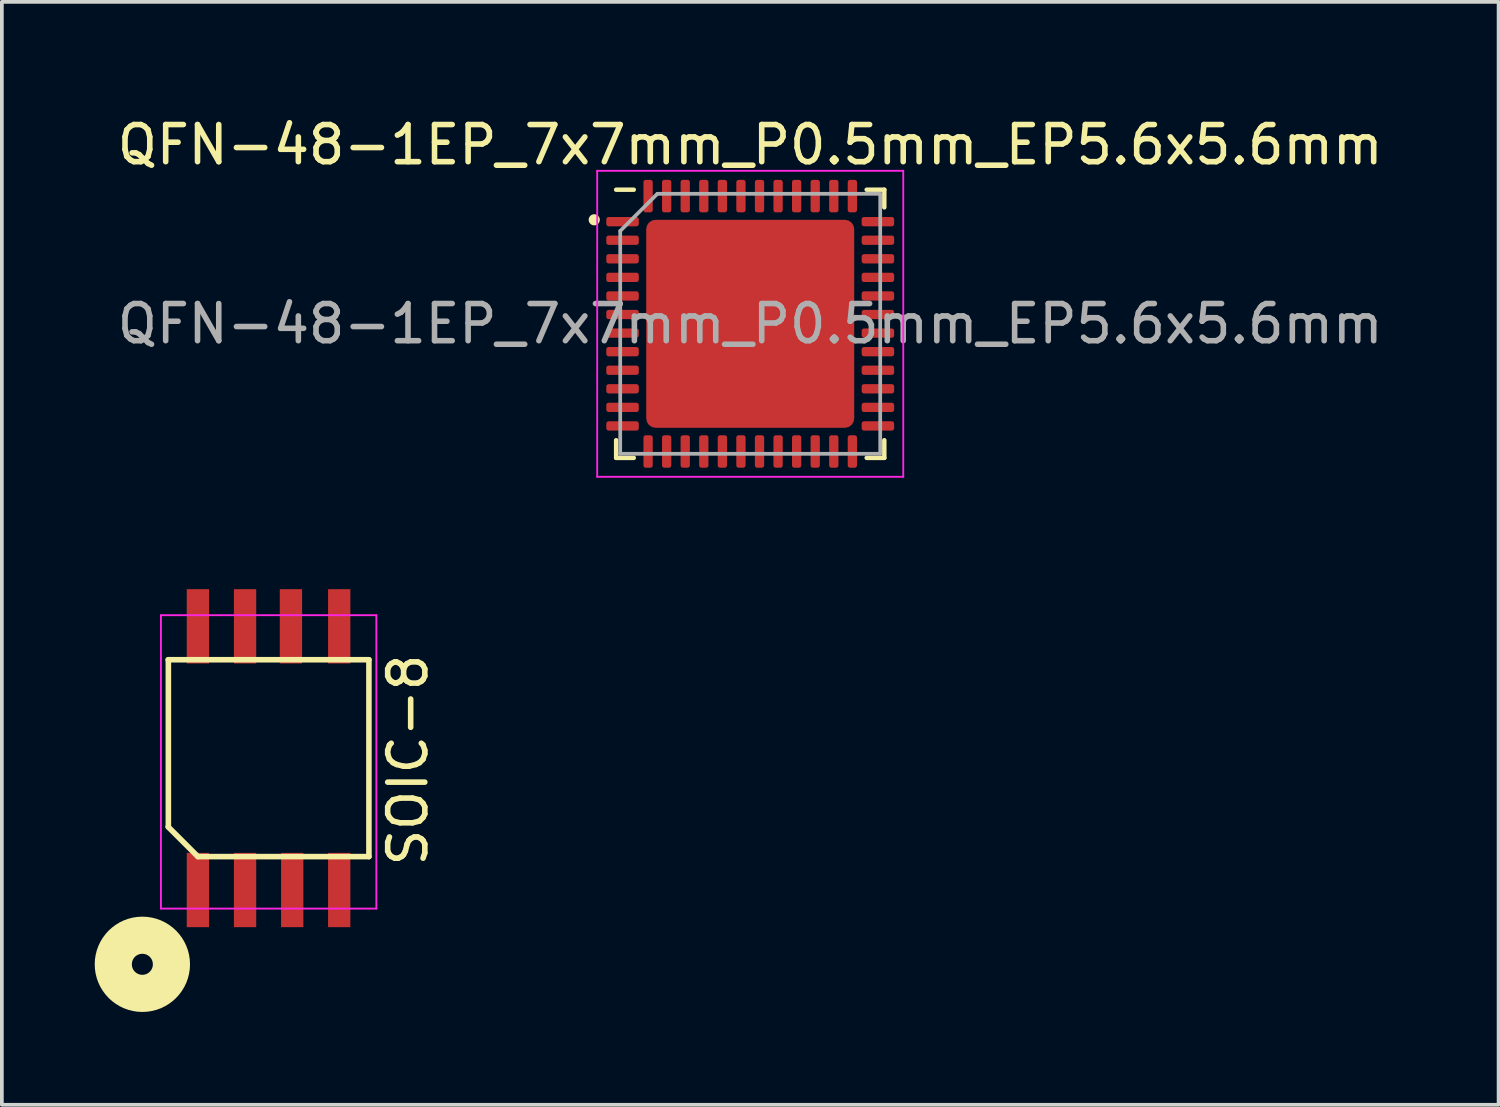
<source format=kicad_pcb>
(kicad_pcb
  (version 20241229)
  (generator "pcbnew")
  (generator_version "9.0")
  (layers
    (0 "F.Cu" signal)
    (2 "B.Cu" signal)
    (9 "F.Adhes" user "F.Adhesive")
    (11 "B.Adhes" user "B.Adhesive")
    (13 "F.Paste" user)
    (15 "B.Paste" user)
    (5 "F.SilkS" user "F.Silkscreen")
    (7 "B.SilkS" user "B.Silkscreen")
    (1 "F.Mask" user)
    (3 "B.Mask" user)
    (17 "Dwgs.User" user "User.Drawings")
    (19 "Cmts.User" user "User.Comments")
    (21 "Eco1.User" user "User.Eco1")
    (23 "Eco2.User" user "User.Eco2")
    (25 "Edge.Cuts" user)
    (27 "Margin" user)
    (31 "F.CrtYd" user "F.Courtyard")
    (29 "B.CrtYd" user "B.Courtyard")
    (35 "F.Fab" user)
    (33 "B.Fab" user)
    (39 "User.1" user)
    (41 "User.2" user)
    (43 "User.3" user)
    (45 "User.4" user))
  (footprint "QFN-48-1EP_7x7mm_P0.5mm_EP5.6x5.6mm"
    (layer "F.Cu")
    (at 17.149 5.668)
    (property "Reference" "QFN-48-1EP_7x7mm_P0.5mm_EP5.6x5.6mm" (at 0 -4.82 0) (layer "F.SilkS") (effects (font (size 1 1) (thickness 0.15))))
    (attr smd)
    (fp_line (start -3.61 3.61) (end -3.61 3.135) (stroke (width 0.12) (type solid)) (layer "F.SilkS"))
    (fp_line (start -3.135 -3.61) (end -3.61 -3.61) (stroke (width 0.12) (type solid)) (layer "F.SilkS"))
    (fp_line (start -3.135 3.61) (end -3.61 3.61) (stroke (width 0.12) (type solid)) (layer "F.SilkS"))
    (fp_line (start 3.135 -3.61) (end 3.61 -3.61) (stroke (width 0.12) (type solid)) (layer "F.SilkS"))
    (fp_line (start 3.135 3.61) (end 3.61 3.61) (stroke (width 0.12) (type solid)) (layer "F.SilkS"))
    (fp_line (start 3.61 -3.61) (end 3.61 -3.135) (stroke (width 0.12) (type solid)) (layer "F.SilkS"))
    (fp_line (start 3.61 3.61) (end 3.61 3.135) (stroke (width 0.12) (type solid)) (layer "F.SilkS"))
    (fp_line (start -4.12 -4.12) (end -4.12 4.12) (stroke (width 0.05) (type solid)) (layer "F.CrtYd"))
    (fp_line (start -4.12 4.12) (end 4.12 4.12) (stroke (width 0.05) (type solid)) (layer "F.CrtYd"))
    (fp_line (start 4.12 -4.12) (end -4.12 -4.12) (stroke (width 0.05) (type solid)) (layer "F.CrtYd"))
    (fp_line (start 4.12 4.12) (end 4.12 -4.12) (stroke (width 0.05) (type solid)) (layer "F.CrtYd"))
    (fp_line (start -3.5 -2.5) (end -2.5 -3.5) (stroke (width 0.1) (type solid)) (layer "F.Fab"))
    (fp_line (start -3.5 3.5) (end -3.5 -2.5) (stroke (width 0.1) (type solid)) (layer "F.Fab"))
    (fp_line (start -2.5 -3.5) (end 3.5 -3.5) (stroke (width 0.1) (type solid)) (layer "F.Fab"))
    (fp_line (start 3.5 -3.5) (end 3.5 3.5) (stroke (width 0.1) (type solid)) (layer "F.Fab"))
    (fp_line (start 3.5 3.5) (end -3.5 3.5) (stroke (width 0.1) (type solid)) (layer "F.Fab"))
    (fp_text user "${REFERENCE}" (at 0 0 0) (layer "F.Fab") (effects (font (size 1 1) (thickness 0.15))))
    (pad "" smd circle (at -4.2 -2.8 180) (size 0.3 0.3) (layers "F.SilkS"))
    (pad "" smd roundrect (at -2.1 -2.1) (size 1.13 1.13) (layers "F.Paste") (roundrect_rratio 0.221))
    (pad "" smd roundrect (at -2.1 -0.7) (size 1.13 1.13) (layers "F.Paste") (roundrect_rratio 0.221))
    (pad "" smd roundrect (at -2.1 0.7) (size 1.13 1.13) (layers "F.Paste") (roundrect_rratio 0.221))
    (pad "" smd roundrect (at -2.1 2.1) (size 1.13 1.13) (layers "F.Paste") (roundrect_rratio 0.221))
    (pad "" smd roundrect (at -0.7 -2.1) (size 1.13 1.13) (layers "F.Paste") (roundrect_rratio 0.221))
    (pad "" smd roundrect (at -0.7 -0.7) (size 1.13 1.13) (layers "F.Paste") (roundrect_rratio 0.221))
    (pad "" smd roundrect (at -0.7 0.7) (size 1.13 1.13) (layers "F.Paste") (roundrect_rratio 0.221))
    (pad "" smd roundrect (at -0.7 2.1) (size 1.13 1.13) (layers "F.Paste") (roundrect_rratio 0.221))
    (pad "" smd roundrect (at 0.7 -2.1) (size 1.13 1.13) (layers "F.Paste") (roundrect_rratio 0.221))
    (pad "" smd roundrect (at 0.7 -0.7) (size 1.13 1.13) (layers "F.Paste") (roundrect_rratio 0.221))
    (pad "" smd roundrect (at 0.7 0.7) (size 1.13 1.13) (layers "F.Paste") (roundrect_rratio 0.221))
    (pad "" smd roundrect (at 0.7 2.1) (size 1.13 1.13) (layers "F.Paste") (roundrect_rratio 0.221))
    (pad "" smd roundrect (at 2.1 -2.1) (size 1.13 1.13) (layers "F.Paste") (roundrect_rratio 0.221))
    (pad "" smd roundrect (at 2.1 -0.7) (size 1.13 1.13) (layers "F.Paste") (roundrect_rratio 0.221))
    (pad "" smd roundrect (at 2.1 0.7) (size 1.13 1.13) (layers "F.Paste") (roundrect_rratio 0.221))
    (pad "" smd roundrect (at 2.1 2.1) (size 1.13 1.13) (layers "F.Paste") (roundrect_rratio 0.221))
    (pad "1" smd roundrect (at -3.438 -2.75) (size 0.875 0.25) (layers "F.Cu" "F.Mask" "F.Paste") (roundrect_rratio 0.25))
    (pad "2" smd roundrect (at -3.438 -2.25) (size 0.875 0.25) (layers "F.Cu" "F.Mask" "F.Paste") (roundrect_rratio 0.25))
    (pad "3" smd roundrect (at -3.438 -1.75) (size 0.875 0.25) (layers "F.Cu" "F.Mask" "F.Paste") (roundrect_rratio 0.25))
    (pad "4" smd roundrect (at -3.438 -1.25) (size 0.875 0.25) (layers "F.Cu" "F.Mask" "F.Paste") (roundrect_rratio 0.25))
    (pad "5" smd roundrect (at -3.438 -0.75) (size 0.875 0.25) (layers "F.Cu" "F.Mask" "F.Paste") (roundrect_rratio 0.25))
    (pad "6" smd roundrect (at -3.438 -0.25) (size 0.875 0.25) (layers "F.Cu" "F.Mask" "F.Paste") (roundrect_rratio 0.25))
    (pad "7" smd roundrect (at -3.438 0.25) (size 0.875 0.25) (layers "F.Cu" "F.Mask" "F.Paste") (roundrect_rratio 0.25))
    (pad "8" smd roundrect (at -3.438 0.75) (size 0.875 0.25) (layers "F.Cu" "F.Mask" "F.Paste") (roundrect_rratio 0.25))
    (pad "9" smd roundrect (at -3.438 1.25) (size 0.875 0.25) (layers "F.Cu" "F.Mask" "F.Paste") (roundrect_rratio 0.25))
    (pad "10" smd roundrect (at -3.438 1.75) (size 0.875 0.25) (layers "F.Cu" "F.Mask" "F.Paste") (roundrect_rratio 0.25))
    (pad "11" smd roundrect (at -3.438 2.25) (size 0.875 0.25) (layers "F.Cu" "F.Mask" "F.Paste") (roundrect_rratio 0.25))
    (pad "12" smd roundrect (at -3.438 2.75) (size 0.875 0.25) (layers "F.Cu" "F.Mask" "F.Paste") (roundrect_rratio 0.25))
    (pad "13" smd roundrect (at -2.75 3.438) (size 0.25 0.875) (layers "F.Cu" "F.Mask" "F.Paste") (roundrect_rratio 0.25))
    (pad "14" smd roundrect (at -2.25 3.438) (size 0.25 0.875) (layers "F.Cu" "F.Mask" "F.Paste") (roundrect_rratio 0.25))
    (pad "15" smd roundrect (at -1.75 3.438) (size 0.25 0.875) (layers "F.Cu" "F.Mask" "F.Paste") (roundrect_rratio 0.25))
    (pad "16" smd roundrect (at -1.25 3.438) (size 0.25 0.875) (layers "F.Cu" "F.Mask" "F.Paste") (roundrect_rratio 0.25))
    (pad "17" smd roundrect (at -0.75 3.438) (size 0.25 0.875) (layers "F.Cu" "F.Mask" "F.Paste") (roundrect_rratio 0.25))
    (pad "18" smd roundrect (at -0.25 3.438) (size 0.25 0.875) (layers "F.Cu" "F.Mask" "F.Paste") (roundrect_rratio 0.25))
    (pad "19" smd roundrect (at 0.25 3.438) (size 0.25 0.875) (layers "F.Cu" "F.Mask" "F.Paste") (roundrect_rratio 0.25))
    (pad "20" smd roundrect (at 0.75 3.438) (size 0.25 0.875) (layers "F.Cu" "F.Mask" "F.Paste") (roundrect_rratio 0.25))
    (pad "21" smd roundrect (at 1.25 3.438) (size 0.25 0.875) (layers "F.Cu" "F.Mask" "F.Paste") (roundrect_rratio 0.25))
    (pad "22" smd roundrect (at 1.75 3.438) (size 0.25 0.875) (layers "F.Cu" "F.Mask" "F.Paste") (roundrect_rratio 0.25))
    (pad "23" smd roundrect (at 2.25 3.438) (size 0.25 0.875) (layers "F.Cu" "F.Mask" "F.Paste") (roundrect_rratio 0.25))
    (pad "24" smd roundrect (at 2.75 3.438) (size 0.25 0.875) (layers "F.Cu" "F.Mask" "F.Paste") (roundrect_rratio 0.25))
    (pad "25" smd roundrect (at 3.438 2.75) (size 0.875 0.25) (layers "F.Cu" "F.Mask" "F.Paste") (roundrect_rratio 0.25))
    (pad "26" smd roundrect (at 3.438 2.25) (size 0.875 0.25) (layers "F.Cu" "F.Mask" "F.Paste") (roundrect_rratio 0.25))
    (pad "27" smd roundrect (at 3.438 1.75) (size 0.875 0.25) (layers "F.Cu" "F.Mask" "F.Paste") (roundrect_rratio 0.25))
    (pad "28" smd roundrect (at 3.438 1.25) (size 0.875 0.25) (layers "F.Cu" "F.Mask" "F.Paste") (roundrect_rratio 0.25))
    (pad "29" smd roundrect (at 3.438 0.75) (size 0.875 0.25) (layers "F.Cu" "F.Mask" "F.Paste") (roundrect_rratio 0.25))
    (pad "30" smd roundrect (at 3.438 0.25) (size 0.875 0.25) (layers "F.Cu" "F.Mask" "F.Paste") (roundrect_rratio 0.25))
    (pad "31" smd roundrect (at 3.438 -0.25) (size 0.875 0.25) (layers "F.Cu" "F.Mask" "F.Paste") (roundrect_rratio 0.25))
    (pad "32" smd roundrect (at 3.438 -0.75) (size 0.875 0.25) (layers "F.Cu" "F.Mask" "F.Paste") (roundrect_rratio 0.25))
    (pad "33" smd roundrect (at 3.438 -1.25) (size 0.875 0.25) (layers "F.Cu" "F.Mask" "F.Paste") (roundrect_rratio 0.25))
    (pad "34" smd roundrect (at 3.438 -1.75) (size 0.875 0.25) (layers "F.Cu" "F.Mask" "F.Paste") (roundrect_rratio 0.25))
    (pad "35" smd roundrect (at 3.438 -2.25) (size 0.875 0.25) (layers "F.Cu" "F.Mask" "F.Paste") (roundrect_rratio 0.25))
    (pad "36" smd roundrect (at 3.438 -2.75) (size 0.875 0.25) (layers "F.Cu" "F.Mask" "F.Paste") (roundrect_rratio 0.25))
    (pad "37" smd roundrect (at 2.75 -3.438) (size 0.25 0.875) (layers "F.Cu" "F.Mask" "F.Paste") (roundrect_rratio 0.25))
    (pad "38" smd roundrect (at 2.25 -3.438) (size 0.25 0.875) (layers "F.Cu" "F.Mask" "F.Paste") (roundrect_rratio 0.25))
    (pad "39" smd roundrect (at 1.75 -3.438) (size 0.25 0.875) (layers "F.Cu" "F.Mask" "F.Paste") (roundrect_rratio 0.25))
    (pad "40" smd roundrect (at 1.25 -3.438) (size 0.25 0.875) (layers "F.Cu" "F.Mask" "F.Paste") (roundrect_rratio 0.25))
    (pad "41" smd roundrect (at 0.75 -3.438) (size 0.25 0.875) (layers "F.Cu" "F.Mask" "F.Paste") (roundrect_rratio 0.25))
    (pad "42" smd roundrect (at 0.25 -3.438) (size 0.25 0.875) (layers "F.Cu" "F.Mask" "F.Paste") (roundrect_rratio 0.25))
    (pad "43" smd roundrect (at -0.25 -3.438) (size 0.25 0.875) (layers "F.Cu" "F.Mask" "F.Paste") (roundrect_rratio 0.25))
    (pad "44" smd roundrect (at -0.75 -3.438) (size 0.25 0.875) (layers "F.Cu" "F.Mask" "F.Paste") (roundrect_rratio 0.25))
    (pad "45" smd roundrect (at -1.25 -3.438) (size 0.25 0.875) (layers "F.Cu" "F.Mask" "F.Paste") (roundrect_rratio 0.25))
    (pad "46" smd roundrect (at -1.75 -3.438) (size 0.25 0.875) (layers "F.Cu" "F.Mask" "F.Paste") (roundrect_rratio 0.25))
    (pad "47" smd roundrect (at -2.25 -3.438) (size 0.25 0.875) (layers "F.Cu" "F.Mask" "F.Paste") (roundrect_rratio 0.25))
    (pad "48" smd roundrect (at -2.75 -3.438) (size 0.25 0.875) (layers "F.Cu" "F.Mask" "F.Paste") (roundrect_rratio 0.25))
    (pad "49" smd roundrect (at 0 0) (size 5.6 5.6) (layers "F.Cu" "F.Mask") (roundrect_rratio 0.045)))
  (footprint "SOIC-8"
    (layer "F.Cu")
    (at 4.183 17.413)
    (property "Reference" "SOIC-8" (at 3.75 0 90) (layer "F.SilkS") (effects (font (size 1 1) (thickness 0.15))))
    (attr smd)
    (fp_line (start -2.705 -2.7) (end 2.7 -2.7) (stroke (width 0.15) (type solid)) (layer "F.SilkS"))
    (fp_line (start -2.7 1.8) (end -2.7 -2.7) (stroke (width 0.15) (type solid)) (layer "F.SilkS"))
    (fp_line (start -1.905 2.6) (end -2.705 1.8) (stroke (width 0.15) (type solid)) (layer "F.SilkS"))
    (fp_line (start 2.7 -2.7) (end 2.7 2.6) (stroke (width 0.15) (type solid)) (layer "F.SilkS"))
    (fp_line (start 2.7 2.6) (end -1.905 2.6) (stroke (width 0.15) (type solid)) (layer "F.SilkS"))
    (fp_circle (center -3.4 5.5) (end -3.117 5.5) (stroke (width 1) (type solid)) (fill no) (layer "F.SilkS"))
    (fp_line (start -2.9 -3.9) (end 2.9 -3.9) (stroke (width 0.05) (type solid)) (layer "F.CrtYd"))
    (fp_line (start -2.9 4) (end -2.9 -3.9) (stroke (width 0.05) (type solid)) (layer "F.CrtYd"))
    (fp_line (start 2.9 -3.9) (end 2.9 4) (stroke (width 0.05) (type solid)) (layer "F.CrtYd"))
    (fp_line (start 2.9 4) (end -2.9 4) (stroke (width 0.05) (type solid)) (layer "F.CrtYd"))
    (pad "1" smd rect (at -1.905 3.5) (size 0.6 2) (layers "F.Cu" "F.Mask" "F.Paste"))
    (pad "2" smd rect (at -0.635 3.5) (size 0.6 2) (layers "F.Cu" "F.Mask" "F.Paste"))
    (pad "3" smd rect (at 0.635 3.5) (size 0.6 2) (layers "F.Cu" "F.Mask" "F.Paste"))
    (pad "4" smd rect (at 1.9 3.5) (size 0.6 2) (layers "F.Cu" "F.Mask" "F.Paste"))
    (pad "5" smd rect (at 1.9 -3.6) (size 0.6 2) (layers "F.Cu" "F.Mask" "F.Paste"))
    (pad "6" smd rect (at 0.6 -3.6) (size 0.6 2) (layers "F.Cu" "F.Mask" "F.Paste"))
    (pad "7" smd rect (at -0.635 -3.6) (size 0.6 2) (layers "F.Cu" "F.Mask" "F.Paste"))
    (pad "8" smd rect (at -1.905 -3.6) (size 0.6 2) (layers "F.Cu" "F.Mask" "F.Paste")))
  (gr_rect
    (start -3 -3)
    (end 37.298 26.696)
    (stroke (width 0.1) (type default))
    (fill no)
    (layer "Edge.Cuts")))
</source>
